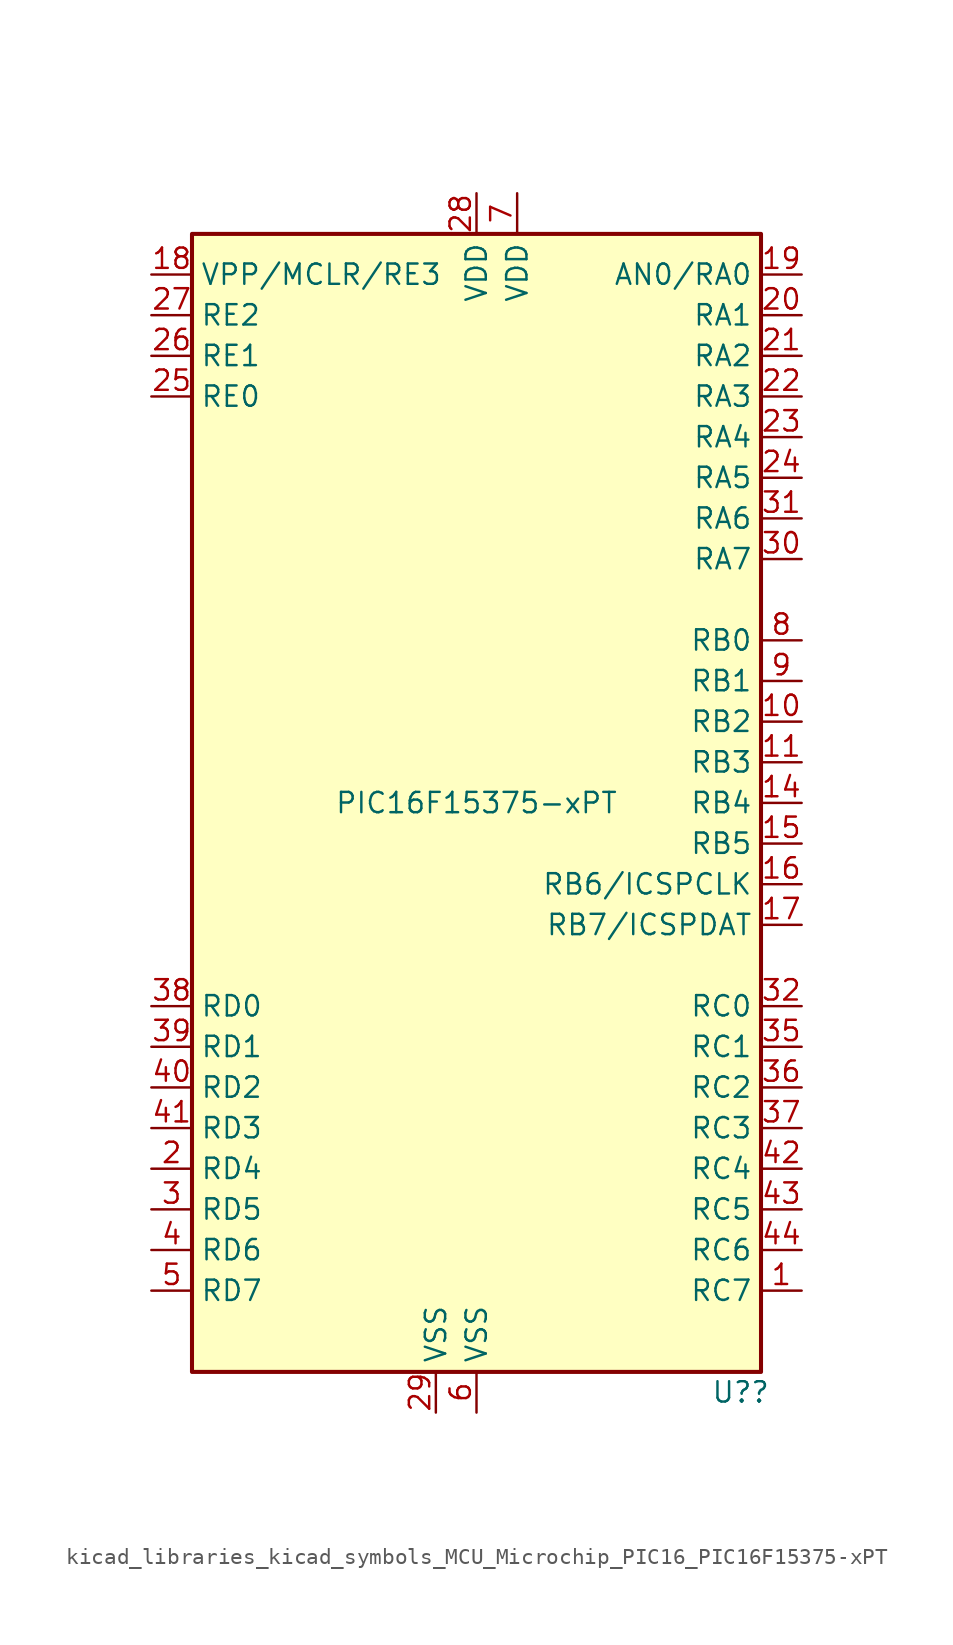
<source format=kicad_sym>
(kicad_symbol_lib
  (version 20220914)
  (generator kicad_symbol_editor)
  (symbol "kicad_libraries_kicad_symbols_MCU_Microchip_PIC16_PIC16F15375-xPT"
    (property "Reference" "U?"
      (at 16.51 -36.83 0)
      (effects (font (size 1.27 1.27))))
    (property "Value" "PIC16F15375-xPT"
      (at 0 0 0)
      (effects (font (size 1.27 1.27))))
    (symbol "kicad_libraries_kicad_symbols_MCU_Microchip_PIC16_PIC16F15375-xPT_0_0"
      (pin no_connect line (at -17.78 5.08 0) (length 2.54) hide (name "NC" (effects (font (size 1.27 1.27)))) (number "12" (effects (font (size 1.27 1.27)))))
      (pin no_connect line (at -17.78 0 0) (length 2.54) hide (name "NC" (effects (font (size 1.27 1.27)))) (number "13" (effects (font (size 1.27 1.27)))))
      (pin no_connect line (at -17.78 2.54 0) (length 2.54) hide (name "NC" (effects (font (size 1.27 1.27)))) (number "33" (effects (font (size 1.27 1.27)))))
      (pin no_connect line (at -17.78 7.62 0) (length 2.54) hide (name "NC" (effects (font (size 1.27 1.27)))) (number "34" (effects (font (size 1.27 1.27))))))
    (symbol "kicad_libraries_kicad_symbols_MCU_Microchip_PIC16_PIC16F15375-xPT_0_1"
      (rectangle (start -17.78 35.56) (end 17.78 -35.56) (stroke (width 0.254) (type default)) (fill (type background))))
    (symbol "kicad_libraries_kicad_symbols_MCU_Microchip_PIC16_PIC16F15375-xPT_1_1"
      (pin bidirectional line (at 20.32 -30.48 180) (length 2.54) (name "RC7" (effects (font (size 1.27 1.27)))) (number "1" (effects (font (size 1.27 1.27)))))
      (pin bidirectional line (at 20.32 5.08 180) (length 2.54) (name "RB2" (effects (font (size 1.27 1.27)))) (number "10" (effects (font (size 1.27 1.27)))))
      (pin bidirectional line (at 20.32 2.54 180) (length 2.54) (name "RB3" (effects (font (size 1.27 1.27)))) (number "11" (effects (font (size 1.27 1.27)))))
      (pin bidirectional line (at 20.32 0 180) (length 2.54) (name "RB4" (effects (font (size 1.27 1.27)))) (number "14" (effects (font (size 1.27 1.27)))))
      (pin bidirectional line (at 20.32 -2.54 180) (length 2.54) (name "RB5" (effects (font (size 1.27 1.27)))) (number "15" (effects (font (size 1.27 1.27)))))
      (pin bidirectional line (at 20.32 -5.08 180) (length 2.54) (name "RB6/ICSPCLK" (effects (font (size 1.27 1.27)))) (number "16" (effects (font (size 1.27 1.27)))))
      (pin bidirectional line (at 20.32 -7.62 180) (length 2.54) (name "RB7/ICSPDAT" (effects (font (size 1.27 1.27)))) (number "17" (effects (font (size 1.27 1.27)))))
      (pin bidirectional line (at -20.32 33.02 0) (length 2.54) (name "VPP/MCLR/RE3" (effects (font (size 1.27 1.27)))) (number "18" (effects (font (size 1.27 1.27)))))
      (pin bidirectional line (at 20.32 33.02 180) (length 2.54) (name "AN0/RA0" (effects (font (size 1.27 1.27)))) (number "19" (effects (font (size 1.27 1.27)))))
      (pin bidirectional line (at -20.32 -22.86 0) (length 2.54) (name "RD4" (effects (font (size 1.27 1.27)))) (number "2" (effects (font (size 1.27 1.27)))))
      (pin bidirectional line (at 20.32 30.48 180) (length 2.54) (name "RA1" (effects (font (size 1.27 1.27)))) (number "20" (effects (font (size 1.27 1.27)))))
      (pin bidirectional line (at 20.32 27.94 180) (length 2.54) (name "RA2" (effects (font (size 1.27 1.27)))) (number "21" (effects (font (size 1.27 1.27)))))
      (pin bidirectional line (at 20.32 25.4 180) (length 2.54) (name "RA3" (effects (font (size 1.27 1.27)))) (number "22" (effects (font (size 1.27 1.27)))))
      (pin bidirectional line (at 20.32 22.86 180) (length 2.54) (name "RA4" (effects (font (size 1.27 1.27)))) (number "23" (effects (font (size 1.27 1.27)))))
      (pin bidirectional line (at 20.32 20.32 180) (length 2.54) (name "RA5" (effects (font (size 1.27 1.27)))) (number "24" (effects (font (size 1.27 1.27)))))
      (pin bidirectional line (at -20.32 25.4 0) (length 2.54) (name "RE0" (effects (font (size 1.27 1.27)))) (number "25" (effects (font (size 1.27 1.27)))))
      (pin bidirectional line (at -20.32 27.94 0) (length 2.54) (name "RE1" (effects (font (size 1.27 1.27)))) (number "26" (effects (font (size 1.27 1.27)))))
      (pin bidirectional line (at -20.32 30.48 0) (length 2.54) (name "RE2" (effects (font (size 1.27 1.27)))) (number "27" (effects (font (size 1.27 1.27)))))
      (pin power_in line (at 0 38.1 270) (length 2.54) (name "VDD" (effects (font (size 1.27 1.27)))) (number "28" (effects (font (size 1.27 1.27)))))
      (pin power_in line (at -2.54 -38.1 90) (length 2.54) (name "VSS" (effects (font (size 1.27 1.27)))) (number "29" (effects (font (size 1.27 1.27)))))
      (pin bidirectional line (at -20.32 -25.4 0) (length 2.54) (name "RD5" (effects (font (size 1.27 1.27)))) (number "3" (effects (font (size 1.27 1.27)))))
      (pin bidirectional line (at 20.32 15.24 180) (length 2.54) (name "RA7" (effects (font (size 1.27 1.27)))) (number "30" (effects (font (size 1.27 1.27)))))
      (pin bidirectional line (at 20.32 17.78 180) (length 2.54) (name "RA6" (effects (font (size 1.27 1.27)))) (number "31" (effects (font (size 1.27 1.27)))))
      (pin bidirectional line (at 20.32 -12.7 180) (length 2.54) (name "RC0" (effects (font (size 1.27 1.27)))) (number "32" (effects (font (size 1.27 1.27)))))
      (pin bidirectional line (at 20.32 -15.24 180) (length 2.54) (name "RC1" (effects (font (size 1.27 1.27)))) (number "35" (effects (font (size 1.27 1.27)))))
      (pin bidirectional line (at 20.32 -17.78 180) (length 2.54) (name "RC2" (effects (font (size 1.27 1.27)))) (number "36" (effects (font (size 1.27 1.27)))))
      (pin bidirectional line (at 20.32 -20.32 180) (length 2.54) (name "RC3" (effects (font (size 1.27 1.27)))) (number "37" (effects (font (size 1.27 1.27)))))
      (pin bidirectional line (at -20.32 -12.7 0) (length 2.54) (name "RD0" (effects (font (size 1.27 1.27)))) (number "38" (effects (font (size 1.27 1.27)))))
      (pin bidirectional line (at -20.32 -15.24 0) (length 2.54) (name "RD1" (effects (font (size 1.27 1.27)))) (number "39" (effects (font (size 1.27 1.27)))))
      (pin bidirectional line (at -20.32 -27.94 0) (length 2.54) (name "RD6" (effects (font (size 1.27 1.27)))) (number "4" (effects (font (size 1.27 1.27)))))
      (pin bidirectional line (at -20.32 -17.78 0) (length 2.54) (name "RD2" (effects (font (size 1.27 1.27)))) (number "40" (effects (font (size 1.27 1.27)))))
      (pin bidirectional line (at -20.32 -20.32 0) (length 2.54) (name "RD3" (effects (font (size 1.27 1.27)))) (number "41" (effects (font (size 1.27 1.27)))))
      (pin bidirectional line (at 20.32 -22.86 180) (length 2.54) (name "RC4" (effects (font (size 1.27 1.27)))) (number "42" (effects (font (size 1.27 1.27)))))
      (pin bidirectional line (at 20.32 -25.4 180) (length 2.54) (name "RC5" (effects (font (size 1.27 1.27)))) (number "43" (effects (font (size 1.27 1.27)))))
      (pin bidirectional line (at 20.32 -27.94 180) (length 2.54) (name "RC6" (effects (font (size 1.27 1.27)))) (number "44" (effects (font (size 1.27 1.27)))))
      (pin bidirectional line (at -20.32 -30.48 0) (length 2.54) (name "RD7" (effects (font (size 1.27 1.27)))) (number "5" (effects (font (size 1.27 1.27)))))
      (pin power_in line (at 0 -38.1 90) (length 2.54) (name "VSS" (effects (font (size 1.27 1.27)))) (number "6" (effects (font (size 1.27 1.27)))))
      (pin power_in line (at 2.54 38.1 270) (length 2.54) (name "VDD" (effects (font (size 1.27 1.27)))) (number "7" (effects (font (size 1.27 1.27)))))
      (pin bidirectional line (at 20.32 10.16 180) (length 2.54) (name "RB0" (effects (font (size 1.27 1.27)))) (number "8" (effects (font (size 1.27 1.27)))))
      (pin bidirectional line (at 20.32 7.62 180) (length 2.54) (name "RB1" (effects (font (size 1.27 1.27)))) (number "9" (effects (font (size 1.27 1.27))))))))
</source>
